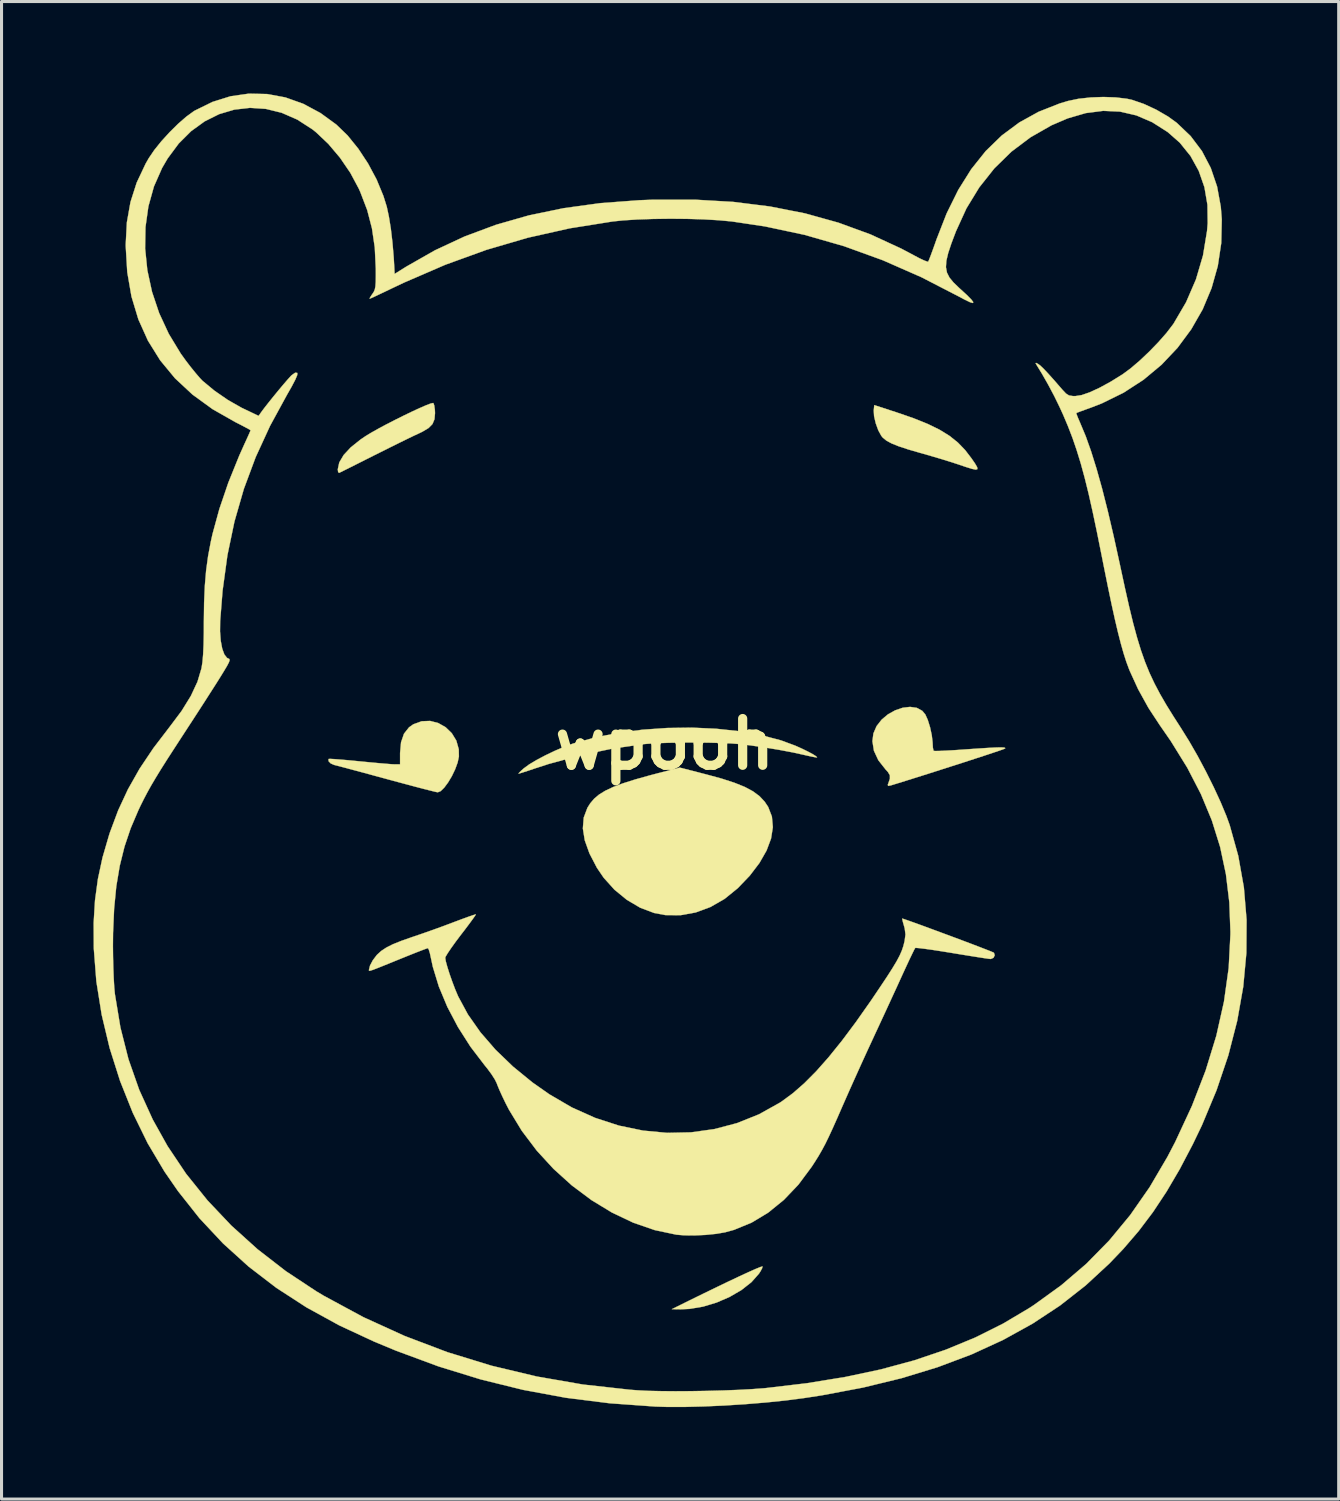
<source format=kicad_pcb>
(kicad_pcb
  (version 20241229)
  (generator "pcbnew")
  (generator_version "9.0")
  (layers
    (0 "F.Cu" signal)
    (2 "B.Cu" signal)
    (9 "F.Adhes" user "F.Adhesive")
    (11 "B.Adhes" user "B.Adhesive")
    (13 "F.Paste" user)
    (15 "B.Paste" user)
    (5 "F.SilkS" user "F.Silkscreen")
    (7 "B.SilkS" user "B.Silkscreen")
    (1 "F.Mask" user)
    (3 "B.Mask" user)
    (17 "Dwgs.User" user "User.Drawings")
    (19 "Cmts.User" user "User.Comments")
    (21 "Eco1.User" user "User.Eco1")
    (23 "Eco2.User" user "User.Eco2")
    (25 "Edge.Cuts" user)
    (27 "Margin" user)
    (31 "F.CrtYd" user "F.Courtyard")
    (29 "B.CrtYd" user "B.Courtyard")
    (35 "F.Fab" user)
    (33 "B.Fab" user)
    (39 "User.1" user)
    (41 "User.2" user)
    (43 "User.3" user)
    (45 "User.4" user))
  (footprint "wpooh"
    (layer "F.Cu")
    (at 18.637 21.225)
    (property "Reference" "wpooh" (at 0 0 0) (layer "F.SilkS") (effects (font (size 1.524 1.524) (thickness 0.3))))
    (attr through_hole)
    (fp_poly (pts (xy 3.188 17.039) (xy 3.177 17.093) (xy 3.121 17.199) (xy 3.072 17.274) (xy 2.827 17.551) (xy 2.502 17.807) (xy 2.116 18.032) (xy 1.691 18.216) (xy 1.247 18.35) (xy 0.804 18.424) (xy 0.523 18.437) (xy 0.229 18.433) (xy 0.813 18.144) (xy 1.273 17.918) (xy 1.703 17.709) (xy 2.095 17.521) (xy 2.44 17.358) (xy 2.729 17.225) (xy 2.955 17.124) (xy 3.109 17.061) (xy 3.183 17.038) (xy 3.188 17.039)) (stroke (width 0.01) (type solid)) (fill yes) (layer "F.SilkS"))
    (fp_poly (pts (xy 7.569 -10.82) (xy 8.117 -10.631) (xy 8.578 -10.445) (xy 8.963 -10.257) (xy 9.287 -10.057) (xy 9.561 -9.838) (xy 9.799 -9.591) (xy 10.002 -9.326) (xy 10.12 -9.155) (xy 10.188 -9.038) (xy 10.2 -8.973) (xy 10.147 -8.954) (xy 10.021 -8.98) (xy 9.814 -9.044) (xy 9.576 -9.125) (xy 9.33 -9.205) (xy 9.024 -9.3) (xy 8.692 -9.398) (xy 8.373 -9.49) (xy 8.331 -9.501) (xy 7.937 -9.615) (xy 7.631 -9.716) (xy 7.4 -9.809) (xy 7.233 -9.899) (xy 7.116 -9.993) (xy 7.064 -10.055) (xy 6.964 -10.238) (xy 6.881 -10.467) (xy 6.827 -10.698) (xy 6.816 -10.882) (xy 6.833 -11.06) (xy 7.569 -10.82)) (stroke (width 0.01) (type solid)) (fill yes) (layer "F.SilkS"))
    (fp_poly (pts (xy -7.55 -11.127) (xy -7.521 -11.05) (xy -7.501 -10.908) (xy -7.496 -10.799) (xy -7.513 -10.6) (xy -7.578 -10.443) (xy -7.705 -10.313) (xy -7.911 -10.19) (xy -8.047 -10.125) (xy -8.181 -10.063) (xy -8.388 -9.963) (xy -8.652 -9.834) (xy -8.955 -9.684) (xy -9.279 -9.522) (xy -9.472 -9.426) (xy -9.782 -9.27) (xy -10.062 -9.129) (xy -10.299 -9.01) (xy -10.481 -8.919) (xy -10.595 -8.863) (xy -10.627 -8.848) (xy -10.657 -8.878) (xy -10.668 -8.964) (xy -10.619 -9.19) (xy -10.476 -9.432) (xy -10.243 -9.683) (xy -9.925 -9.937) (xy -9.763 -10.047) (xy -9.579 -10.159) (xy -9.348 -10.289) (xy -9.083 -10.431) (xy -8.801 -10.576) (xy -8.516 -10.718) (xy -8.242 -10.85) (xy -7.994 -10.965) (xy -7.788 -11.054) (xy -7.638 -11.111) (xy -7.558 -11.129) (xy -7.55 -11.127)) (stroke (width 0.01) (type solid)) (fill yes) (layer "F.SilkS"))
    (fp_poly (pts (xy 1.349 0.987) (xy 1.856 1.125) (xy 2.272 1.26) (xy 2.609 1.396) (xy 2.878 1.54) (xy 3.09 1.698) (xy 3.256 1.875) (xy 3.372 2.048) (xy 3.494 2.363) (xy 3.525 2.709) (xy 3.466 3.081) (xy 3.319 3.473) (xy 3.087 3.878) (xy 2.773 4.29) (xy 2.381 4.699) (xy 1.951 5.048) (xy 1.488 5.314) (xy 1.005 5.492) (xy 0.511 5.581) (xy 0.02 5.577) (xy -0.349 5.508) (xy -0.802 5.337) (xy -1.239 5.079) (xy -1.643 4.748) (xy -1.994 4.358) (xy -2.214 4.035) (xy -2.458 3.565) (xy -2.611 3.138) (xy -2.673 2.749) (xy -2.644 2.395) (xy -2.524 2.076) (xy -2.431 1.929) (xy -2.305 1.781) (xy -2.146 1.646) (xy -1.943 1.521) (xy -1.688 1.4) (xy -1.368 1.28) (xy -0.974 1.155) (xy -0.496 1.021) (xy -0.2 0.943) (xy 0.489 0.766) (xy 1.349 0.987)) (stroke (width 0.01) (type solid)) (fill yes) (layer "F.SilkS"))
    (fp_poly (pts (xy -7.391 -0.688) (xy -7.149 -0.551) (xy -6.948 -0.356) (xy -6.8 -0.113) (xy -6.721 0.168) (xy -6.717 0.405) (xy -6.758 0.599) (xy -6.838 0.818) (xy -6.945 1.041) (xy -7.068 1.248) (xy -7.195 1.419) (xy -7.313 1.534) (xy -7.406 1.571) (xy -7.475 1.558) (xy -7.629 1.52) (xy -7.857 1.462) (xy -8.145 1.387) (xy -8.481 1.297) (xy -8.853 1.197) (xy -9.068 1.139) (xy -9.458 1.033) (xy -9.821 0.934) (xy -10.146 0.847) (xy -10.418 0.774) (xy -10.626 0.719) (xy -10.755 0.686) (xy -10.787 0.678) (xy -10.898 0.63) (xy -10.968 0.558) (xy -10.971 0.49) (xy -10.964 0.483) (xy -10.91 0.481) (xy -10.77 0.489) (xy -10.56 0.505) (xy -10.297 0.528) (xy -9.995 0.557) (xy -9.955 0.561) (xy -9.637 0.592) (xy -9.345 0.619) (xy -9.096 0.64) (xy -8.909 0.655) (xy -8.804 0.66) (xy -8.801 0.66) (xy -8.636 0.66) (xy -8.636 0.29) (xy -8.604 -0.062) (xy -8.508 -0.34) (xy -8.344 -0.548) (xy -8.204 -0.647) (xy -7.933 -0.746) (xy -7.657 -0.757) (xy -7.391 -0.688)) (stroke (width 0.01) (type solid)) (fill yes) (layer "F.SilkS"))
    (fp_poly (pts (xy 1.676 -0.502) (xy 2.434 -0.421) (xy 3.146 -0.293) (xy 3.794 -0.121) (xy 4.257 0.05) (xy 4.471 0.146) (xy 4.668 0.242) (xy 4.829 0.328) (xy 4.935 0.396) (xy 4.969 0.433) (xy 4.968 0.434) (xy 4.915 0.43) (xy 4.788 0.406) (xy 4.61 0.367) (xy 4.546 0.352) (xy 4.17 0.269) (xy 3.728 0.186) (xy 3.258 0.108) (xy 2.796 0.041) (xy 2.464 0.001) (xy 2.183 -0.022) (xy 1.826 -0.038) (xy 1.415 -0.048) (xy 0.975 -0.053) (xy 0.531 -0.051) (xy 0.106 -0.043) (xy -0.276 -0.029) (xy -0.589 -0.009) (xy -0.686 0.000032) (xy -1.707 0.146) (xy -2.751 0.364) (xy -3.78 0.645) (xy -4.214 0.785) (xy -4.43 0.858) (xy -4.609 0.916) (xy -4.731 0.954) (xy -4.772 0.964) (xy -4.754 0.934) (xy -4.676 0.858) (xy -4.597 0.788) (xy -4.426 0.663) (xy -4.184 0.518) (xy -3.894 0.365) (xy -3.583 0.216) (xy -3.274 0.084) (xy -2.992 -0.019) (xy -2.982 -0.022) (xy -2.272 -0.218) (xy -1.514 -0.368) (xy -0.724 -0.471) (xy 0.081 -0.527) (xy 0.886 -0.538) (xy 1.676 -0.502)) (stroke (width 0.01) (type solid)) (fill yes) (layer "F.SilkS"))
    (fp_poly (pts (xy 8.22 -1.184) (xy 8.4 -1.086) (xy 8.499 -0.968) (xy 8.58 -0.787) (xy 8.654 -0.548) (xy 8.709 -0.292) (xy 8.736 -0.063) (xy 8.738 -0.018) (xy 8.746 0.12) (xy 8.766 0.208) (xy 8.776 0.22) (xy 8.836 0.224) (xy 8.981 0.221) (xy 9.195 0.211) (xy 9.461 0.196) (xy 9.763 0.175) (xy 9.779 0.174) (xy 10.198 0.145) (xy 10.525 0.124) (xy 10.769 0.111) (xy 10.94 0.106) (xy 11.046 0.109) (xy 11.098 0.119) (xy 11.105 0.137) (xy 11.097 0.145) (xy 11.042 0.167) (xy 10.903 0.216) (xy 10.691 0.287) (xy 10.42 0.377) (xy 10.101 0.481) (xy 9.747 0.596) (xy 9.37 0.717) (xy 8.983 0.841) (xy 8.598 0.964) (xy 8.227 1.081) (xy 7.883 1.189) (xy 7.577 1.284) (xy 7.371 1.347) (xy 7.286 1.363) (xy 7.274 1.326) (xy 7.288 1.289) (xy 7.343 1.128) (xy 7.342 1.015) (xy 7.276 0.906) (xy 7.199 0.822) (xy 6.965 0.524) (xy 6.822 0.215) (xy 6.773 -0.096) (xy 6.805 -0.348) (xy 6.909 -0.588) (xy 7.073 -0.798) (xy 7.28 -0.972) (xy 7.515 -1.103) (xy 7.761 -1.187) (xy 8.001 -1.215) (xy 8.22 -1.184)) (stroke (width 0.01) (type solid)) (fill yes) (layer "F.SilkS"))
    (fp_poly (pts (xy -6.188 5.597) (xy -6.265 5.707) (xy -6.384 5.869) (xy -6.536 6.071) (xy -6.656 6.226) (xy -6.827 6.453) (xy -6.973 6.657) (xy -7.084 6.822) (xy -7.15 6.933) (xy -7.163 6.97) (xy -7.145 7.083) (xy -7.095 7.265) (xy -7.023 7.494) (xy -6.935 7.744) (xy -6.841 7.993) (xy -6.747 8.215) (xy -6.737 8.237) (xy -6.422 8.82) (xy -6.014 9.401) (xy -5.521 9.97) (xy -4.952 10.518) (xy -4.315 11.038) (xy -3.765 11.424) (xy -3.029 11.853) (xy -2.27 12.193) (xy -1.494 12.445) (xy -0.71 12.607) (xy 0.075 12.681) (xy 0.854 12.664) (xy 1.618 12.558) (xy 2.36 12.362) (xy 3.072 12.076) (xy 3.747 11.7) (xy 3.816 11.655) (xy 4.177 11.389) (xy 4.549 11.064) (xy 4.936 10.675) (xy 5.343 10.215) (xy 5.774 9.681) (xy 6.233 9.067) (xy 6.725 8.368) (xy 7.022 7.928) (xy 7.251 7.584) (xy 7.428 7.307) (xy 7.562 7.084) (xy 7.66 6.9) (xy 7.731 6.739) (xy 7.782 6.588) (xy 7.821 6.431) (xy 7.823 6.422) (xy 7.851 6.21) (xy 7.827 6.015) (xy 7.804 5.931) (xy 7.765 5.793) (xy 7.745 5.706) (xy 7.745 5.69) (xy 7.803 5.707) (xy 7.942 5.755) (xy 8.147 5.828) (xy 8.404 5.921) (xy 8.699 6.03) (xy 9.018 6.148) (xy 9.347 6.27) (xy 9.671 6.391) (xy 9.976 6.506) (xy 10.248 6.61) (xy 10.473 6.697) (xy 10.637 6.761) (xy 10.725 6.799) (xy 10.737 6.805) (xy 10.763 6.888) (xy 10.721 6.971) (xy 10.634 7.009) (xy 10.631 7.009) (xy 10.557 7.001) (xy 10.398 6.978) (xy 10.169 6.942) (xy 9.887 6.897) (xy 9.565 6.845) (xy 9.373 6.813) (xy 9.04 6.759) (xy 8.742 6.713) (xy 8.491 6.678) (xy 8.303 6.655) (xy 8.193 6.646) (xy 8.169 6.649) (xy 8.138 6.703) (xy 8.073 6.835) (xy 7.979 7.03) (xy 7.866 7.273) (xy 7.739 7.549) (xy 7.73 7.569) (xy 7.586 7.885) (xy 7.411 8.265) (xy 7.22 8.68) (xy 7.025 9.101) (xy 6.839 9.501) (xy 6.781 9.627) (xy 6.599 10.02) (xy 6.402 10.451) (xy 6.204 10.89) (xy 6.017 11.307) (xy 5.857 11.67) (xy 5.816 11.763) (xy 5.633 12.182) (xy 5.481 12.523) (xy 5.352 12.802) (xy 5.238 13.036) (xy 5.129 13.239) (xy 5.02 13.429) (xy 4.901 13.62) (xy 4.789 13.792) (xy 4.359 14.37) (xy 3.884 14.868) (xy 3.372 15.284) (xy 2.828 15.611) (xy 2.259 15.845) (xy 1.968 15.925) (xy 1.678 15.975) (xy 1.332 16.01) (xy 0.971 16.027) (xy 0.634 16.024) (xy 0.38 16.003) (xy -0.325 15.854) (xy -1.028 15.612) (xy -1.72 15.283) (xy -2.39 14.876) (xy -3.03 14.398) (xy -3.629 13.857) (xy -4.177 13.26) (xy -4.665 12.614) (xy -5.082 11.928) (xy -5.195 11.709) (xy -5.3 11.491) (xy -5.394 11.284) (xy -5.462 11.12) (xy -5.483 11.062) (xy -5.543 10.941) (xy -5.651 10.771) (xy -5.791 10.581) (xy -5.875 10.478) (xy -6.338 9.872) (xy -6.747 9.23) (xy -7.095 8.569) (xy -7.371 7.908) (xy -7.568 7.263) (xy -7.628 6.983) (xy -7.664 6.817) (xy -7.701 6.698) (xy -7.728 6.655) (xy -7.786 6.673) (xy -7.922 6.724) (xy -8.121 6.801) (xy -8.366 6.899) (xy -8.621 7.002) (xy -8.958 7.139) (xy -9.212 7.242) (xy -9.395 7.315) (xy -9.518 7.362) (xy -9.594 7.387) (xy -9.634 7.395) (xy -9.65 7.389) (xy -9.652 7.373) (xy -9.652 7.368) (xy -9.617 7.225) (xy -9.526 7.052) (xy -9.399 6.884) (xy -9.382 6.866) (xy -9.25 6.746) (xy -9.085 6.637) (xy -8.874 6.53) (xy -8.598 6.419) (xy -8.242 6.294) (xy -8.179 6.273) (xy -7.901 6.178) (xy -7.569 6.061) (xy -7.224 5.936) (xy -6.905 5.816) (xy -6.887 5.809) (xy -6.639 5.716) (xy -6.426 5.638) (xy -6.267 5.583) (xy -6.177 5.555) (xy -6.164 5.554) (xy -6.188 5.597)) (stroke (width 0.01) (type solid)) (fill yes) (layer "F.SilkS"))
    (fp_poly (pts (xy -12.971 -21.207) (xy -12.378 -21.097) (xy -11.796 -20.89) (xy -11.231 -20.587) (xy -10.715 -20.211) (xy -10.349 -19.857) (xy -9.999 -19.425) (xy -9.678 -18.937) (xy -9.4 -18.416) (xy -9.18 -17.884) (xy -9.07 -17.532) (xy -9.001 -17.211) (xy -8.937 -16.813) (xy -8.884 -16.36) (xy -8.843 -15.876) (xy -8.826 -15.582) (xy -8.814 -15.339) (xy -8.433 -15.577) (xy -7.501 -16.108) (xy -6.527 -16.562) (xy -5.506 -16.942) (xy -4.433 -17.249) (xy -3.301 -17.484) (xy -2.106 -17.648) (xy -0.842 -17.743) (xy -0.356 -17.762) (xy 0.971 -17.762) (xy 2.232 -17.689) (xy 3.432 -17.539) (xy 4.575 -17.314) (xy 5.666 -17.01) (xy 6.709 -16.629) (xy 7.708 -16.168) (xy 8.115 -15.952) (xy 8.305 -15.851) (xy 8.461 -15.778) (xy 8.564 -15.74) (xy 8.592 -15.739) (xy 8.619 -15.797) (xy 8.672 -15.933) (xy 8.744 -16.129) (xy 8.829 -16.366) (xy 8.861 -16.459) (xy 9.195 -17.314) (xy 9.573 -18.079) (xy 9.997 -18.756) (xy 10.469 -19.347) (xy 10.991 -19.854) (xy 11.566 -20.281) (xy 12.196 -20.629) (xy 12.883 -20.9) (xy 13.157 -20.982) (xy 13.498 -21.053) (xy 13.893 -21.096) (xy 14.309 -21.111) (xy 14.714 -21.097) (xy 15.074 -21.054) (xy 15.24 -21.018) (xy 15.624 -20.886) (xy 16.03 -20.698) (xy 16.415 -20.475) (xy 16.699 -20.27) (xy 17.152 -19.838) (xy 17.523 -19.346) (xy 17.811 -18.795) (xy 18.017 -18.188) (xy 18.138 -17.526) (xy 18.17 -17.12) (xy 18.153 -16.35) (xy 18.04 -15.599) (xy 17.836 -14.875) (xy 17.546 -14.183) (xy 17.173 -13.532) (xy 16.725 -12.927) (xy 16.204 -12.376) (xy 15.616 -11.886) (xy 14.965 -11.464) (xy 14.257 -11.116) (xy 13.896 -10.976) (xy 13.698 -10.905) (xy 13.54 -10.847) (xy 13.444 -10.81) (xy 13.425 -10.801) (xy 13.437 -10.751) (xy 13.483 -10.633) (xy 13.553 -10.472) (xy 13.562 -10.45) (xy 13.734 -10.038) (xy 13.907 -9.551) (xy 14.084 -8.984) (xy 14.266 -8.334) (xy 14.453 -7.596) (xy 14.647 -6.766) (xy 14.85 -5.84) (xy 14.86 -5.791) (xy 15.01 -5.096) (xy 15.147 -4.488) (xy 15.276 -3.956) (xy 15.403 -3.486) (xy 15.531 -3.066) (xy 15.666 -2.683) (xy 15.811 -2.326) (xy 15.973 -1.981) (xy 16.155 -1.636) (xy 16.362 -1.278) (xy 16.6 -0.895) (xy 16.832 -0.534) (xy 17.105 -0.096) (xy 17.383 0.388) (xy 17.654 0.897) (xy 17.908 1.407) (xy 18.134 1.897) (xy 18.32 2.344) (xy 18.428 2.642) (xy 18.707 3.644) (xy 18.891 4.676) (xy 18.979 5.733) (xy 18.972 6.813) (xy 18.87 7.912) (xy 18.673 9.026) (xy 18.383 10.154) (xy 17.999 11.29) (xy 17.522 12.433) (xy 17.224 13.053) (xy 16.796 13.868) (xy 16.367 14.599) (xy 15.926 15.265) (xy 15.46 15.882) (xy 14.956 16.469) (xy 14.503 16.943) (xy 13.727 17.66) (xy 12.893 18.314) (xy 11.997 18.905) (xy 11.036 19.436) (xy 10.006 19.909) (xy 8.903 20.324) (xy 7.724 20.684) (xy 6.466 20.99) (xy 5.124 21.243) (xy 4.547 21.332) (xy 3.955 21.409) (xy 3.308 21.476) (xy 2.629 21.532) (xy 1.942 21.576) (xy 1.268 21.606) (xy 0.632 21.622) (xy 0.056 21.621) (xy -0.305 21.61) (xy -1.792 21.503) (xy -3.227 21.323) (xy -4.626 21.064) (xy -6.005 20.724) (xy -7.381 20.3) (xy -8.77 19.786) (xy -9.474 19.494) (xy -10.624 18.959) (xy -11.688 18.375) (xy -12.671 17.738) (xy -13.577 17.043) (xy -14.411 16.288) (xy -15.178 15.468) (xy -15.882 14.579) (xy -16.32 13.945) (xy -16.87 13.019) (xy -17.355 12.028) (xy -17.77 10.988) (xy -18.11 9.916) (xy -18.37 8.827) (xy -18.544 7.739) (xy -18.627 6.668) (xy -18.628 6.629) (xy -18.628 6.579) (xy -18.003 6.579) (xy -17.999 6.938) (xy -17.99 7.301) (xy -17.977 7.641) (xy -17.96 7.931) (xy -17.94 8.147) (xy -17.939 8.153) (xy -17.759 9.242) (xy -17.496 10.279) (xy -17.146 11.276) (xy -16.705 12.245) (xy -16.221 13.113) (xy -15.616 14.016) (xy -14.921 14.881) (xy -14.142 15.704) (xy -13.287 16.476) (xy -12.362 17.193) (xy -11.374 17.846) (xy -11.125 17.995) (xy -9.833 18.693) (xy -8.486 19.307) (xy -7.091 19.836) (xy -5.653 20.277) (xy -4.177 20.629) (xy -2.67 20.891) (xy -1.136 21.061) (xy -0.883 21.08) (xy -0.546 21.097) (xy -0.129 21.106) (xy 0.346 21.11) (xy 0.859 21.107) (xy 1.387 21.098) (xy 1.909 21.084) (xy 2.404 21.065) (xy 2.85 21.041) (xy 3.226 21.013) (xy 3.302 21.006) (xy 4.636 20.848) (xy 5.883 20.645) (xy 7.05 20.397) (xy 8.142 20.101) (xy 9.165 19.755) (xy 10.126 19.358) (xy 11.029 18.907) (xy 11.882 18.401) (xy 12.044 18.295) (xy 12.932 17.653) (xy 13.748 16.955) (xy 14.496 16.193) (xy 15.183 15.362) (xy 15.815 14.455) (xy 16.397 13.464) (xy 16.652 12.975) (xy 17.197 11.801) (xy 17.643 10.649) (xy 17.991 9.516) (xy 18.241 8.402) (xy 18.395 7.303) (xy 18.451 6.219) (xy 18.452 6.121) (xy 18.416 5.161) (xy 18.305 4.243) (xy 18.116 3.354) (xy 17.845 2.487) (xy 17.489 1.629) (xy 17.045 0.77) (xy 16.508 -0.098) (xy 16.149 -0.617) (xy 15.778 -1.182) (xy 15.441 -1.792) (xy 15.163 -2.4) (xy 15.141 -2.456) (xy 15.055 -2.688) (xy 14.969 -2.956) (xy 14.88 -3.27) (xy 14.786 -3.636) (xy 14.685 -4.064) (xy 14.575 -4.563) (xy 14.454 -5.141) (xy 14.32 -5.806) (xy 14.249 -6.164) (xy 14.098 -6.916) (xy 13.958 -7.58) (xy 13.826 -8.167) (xy 13.697 -8.69) (xy 13.569 -9.159) (xy 13.437 -9.588) (xy 13.3 -9.988) (xy 13.153 -10.37) (xy 12.993 -10.748) (xy 12.879 -10.997) (xy 12.706 -11.352) (xy 12.506 -11.729) (xy 12.302 -12.087) (xy 12.147 -12.339) (xy 12.097 -12.423) (xy 12.11 -12.437) (xy 12.174 -12.405) (xy 12.247 -12.352) (xy 12.355 -12.249) (xy 12.506 -12.089) (xy 12.707 -11.865) (xy 12.964 -11.569) (xy 12.975 -11.557) (xy 13.089 -11.436) (xy 13.186 -11.375) (xy 13.311 -11.355) (xy 13.395 -11.354) (xy 13.598 -11.386) (xy 13.867 -11.479) (xy 14.188 -11.628) (xy 14.55 -11.826) (xy 14.935 -12.065) (xy 15.198 -12.259) (xy 15.495 -12.513) (xy 15.804 -12.806) (xy 16.102 -13.114) (xy 16.367 -13.415) (xy 16.575 -13.687) (xy 16.596 -13.716) (xy 17.006 -14.417) (xy 17.328 -15.162) (xy 17.557 -15.94) (xy 17.689 -16.74) (xy 17.71 -16.993) (xy 17.702 -17.595) (xy 17.604 -18.168) (xy 17.418 -18.701) (xy 17.149 -19.188) (xy 16.8 -19.62) (xy 16.404 -19.968) (xy 15.899 -20.289) (xy 15.382 -20.511) (xy 14.85 -20.634) (xy 14.302 -20.659) (xy 13.733 -20.586) (xy 13.143 -20.414) (xy 12.616 -20.188) (xy 11.931 -19.797) (xy 11.307 -19.327) (xy 10.749 -18.781) (xy 10.259 -18.163) (xy 9.84 -17.477) (xy 9.499 -16.731) (xy 9.35 -16.338) (xy 9.245 -16.022) (xy 9.185 -15.768) (xy 9.171 -15.56) (xy 9.204 -15.383) (xy 9.285 -15.222) (xy 9.416 -15.062) (xy 9.596 -14.888) (xy 9.628 -14.859) (xy 9.854 -14.652) (xy 9.999 -14.505) (xy 10.064 -14.418) (xy 10.048 -14.39) (xy 9.951 -14.419) (xy 9.774 -14.505) (xy 9.645 -14.575) (xy 8.377 -15.229) (xy 7.113 -15.785) (xy 5.844 -16.245) (xy 4.563 -16.613) (xy 3.262 -16.89) (xy 2.184 -17.051) (xy 1.765 -17.09) (xy 1.274 -17.119) (xy 0.737 -17.135) (xy 0.18 -17.14) (xy -0.373 -17.133) (xy -0.896 -17.115) (xy -1.365 -17.085) (xy -1.702 -17.05) (xy -3.101 -16.827) (xy -4.469 -16.52) (xy -5.818 -16.125) (xy -7.159 -15.639) (xy -8.505 -15.057) (xy -8.879 -14.88) (xy -9.127 -14.761) (xy -9.342 -14.659) (xy -9.507 -14.581) (xy -9.607 -14.537) (xy -9.629 -14.529) (xy -9.619 -14.564) (xy -9.563 -14.653) (xy -9.539 -14.686) (xy -9.492 -14.757) (xy -9.46 -14.833) (xy -9.44 -14.935) (xy -9.43 -15.081) (xy -9.427 -15.294) (xy -9.428 -15.511) (xy -9.461 -16.199) (xy -9.553 -16.826) (xy -9.708 -17.422) (xy -9.934 -18.013) (xy -9.985 -18.126) (xy -10.259 -18.638) (xy -10.597 -19.132) (xy -10.977 -19.582) (xy -11.38 -19.963) (xy -11.494 -20.054) (xy -11.988 -20.373) (xy -12.498 -20.596) (xy -13.015 -20.723) (xy -13.532 -20.757) (xy -14.042 -20.699) (xy -14.537 -20.552) (xy -15.009 -20.317) (xy -15.452 -19.997) (xy -15.857 -19.593) (xy -16.218 -19.106) (xy -16.399 -18.796) (xy -16.666 -18.19) (xy -16.846 -17.544) (xy -16.941 -16.867) (xy -16.953 -16.17) (xy -16.881 -15.463) (xy -16.728 -14.756) (xy -16.495 -14.061) (xy -16.182 -13.386) (xy -15.792 -12.742) (xy -15.63 -12.517) (xy -15.467 -12.304) (xy -15.307 -12.107) (xy -15.17 -11.947) (xy -15.082 -11.854) (xy -14.694 -11.532) (xy -14.254 -11.228) (xy -13.806 -10.973) (xy -13.724 -10.934) (xy -13.25 -10.708) (xy -13.167 -10.828) (xy -13.071 -10.957) (xy -12.934 -11.132) (xy -12.771 -11.335) (xy -12.6 -11.544) (xy -12.436 -11.74) (xy -12.295 -11.903) (xy -12.195 -12.013) (xy -12.171 -12.036) (xy -12.057 -12.117) (xy -11.987 -12.109) (xy -11.99 -12.042) (xy -12.052 -11.893) (xy -12.173 -11.662) (xy -12.322 -11.401) (xy -12.878 -10.381) (xy -13.347 -9.361) (xy -13.732 -8.327) (xy -14.038 -7.265) (xy -14.268 -6.163) (xy -14.426 -5.007) (xy -14.505 -4.013) (xy -14.509 -3.675) (xy -14.486 -3.37) (xy -14.438 -3.115) (xy -14.368 -2.925) (xy -14.281 -2.814) (xy -14.241 -2.795) (xy -14.205 -2.777) (xy -14.196 -2.74) (xy -14.219 -2.669) (xy -14.281 -2.551) (xy -14.387 -2.373) (xy -14.519 -2.159) (xy -14.652 -1.948) (xy -14.829 -1.672) (xy -15.036 -1.348) (xy -15.263 -0.997) (xy -15.497 -0.637) (xy -15.697 -0.33) (xy -15.992 0.124) (xy -16.239 0.506) (xy -16.443 0.829) (xy -16.613 1.107) (xy -16.757 1.351) (xy -16.881 1.574) (xy -16.994 1.789) (xy -17.103 2.008) (xy -17.174 2.158) (xy -17.424 2.745) (xy -17.626 3.344) (xy -17.781 3.97) (xy -17.893 4.637) (xy -17.964 5.363) (xy -17.999 6.161) (xy -18.003 6.579) (xy -18.628 6.579) (xy -18.632 5.833) (xy -18.588 5.099) (xy -18.493 4.398) (xy -18.343 3.7) (xy -18.132 2.976) (xy -18.101 2.88) (xy -17.832 2.16) (xy -17.513 1.474) (xy -17.133 0.802) (xy -16.68 0.126) (xy -16.156 -0.559) (xy -15.763 -1.083) (xy -15.46 -1.574) (xy -15.245 -2.035) (xy -15.115 -2.472) (xy -15.113 -2.48) (xy -15.083 -2.672) (xy -15.061 -2.921) (xy -15.046 -3.239) (xy -15.038 -3.637) (xy -15.037 -3.989) (xy -15.029 -4.615) (xy -15.005 -5.165) (xy -14.963 -5.663) (xy -14.899 -6.133) (xy -14.811 -6.6) (xy -14.755 -6.853) (xy -14.531 -7.672) (xy -14.238 -8.532) (xy -13.882 -9.412) (xy -13.721 -9.771) (xy -13.632 -9.965) (xy -13.562 -10.12) (xy -13.521 -10.217) (xy -13.513 -10.239) (xy -13.555 -10.267) (xy -13.671 -10.33) (xy -13.84 -10.419) (xy -14.013 -10.507) (xy -14.752 -10.927) (xy -15.407 -11.403) (xy -15.978 -11.935) (xy -16.462 -12.521) (xy -16.861 -13.162) (xy -17.173 -13.856) (xy -17.398 -14.602) (xy -17.536 -15.399) (xy -17.586 -16.247) (xy -17.586 -16.307) (xy -17.548 -17.022) (xy -17.43 -17.686) (xy -17.228 -18.317) (xy -16.938 -18.932) (xy -16.835 -19.113) (xy -16.656 -19.377) (xy -16.423 -19.667) (xy -16.156 -19.96) (xy -15.877 -20.236) (xy -15.606 -20.472) (xy -15.365 -20.647) (xy -15.33 -20.668) (xy -14.754 -20.951) (xy -14.165 -21.135) (xy -13.569 -21.22) (xy -12.971 -21.207)) (stroke (width 0.01) (type solid)) (fill yes) (layer "F.SilkS")))
  (gr_rect
    (start -3 -3)
    (end 40.621 45.852)
    (stroke (width 0.1) (type default))
    (fill no)
    (layer "Edge.Cuts")))
</source>
